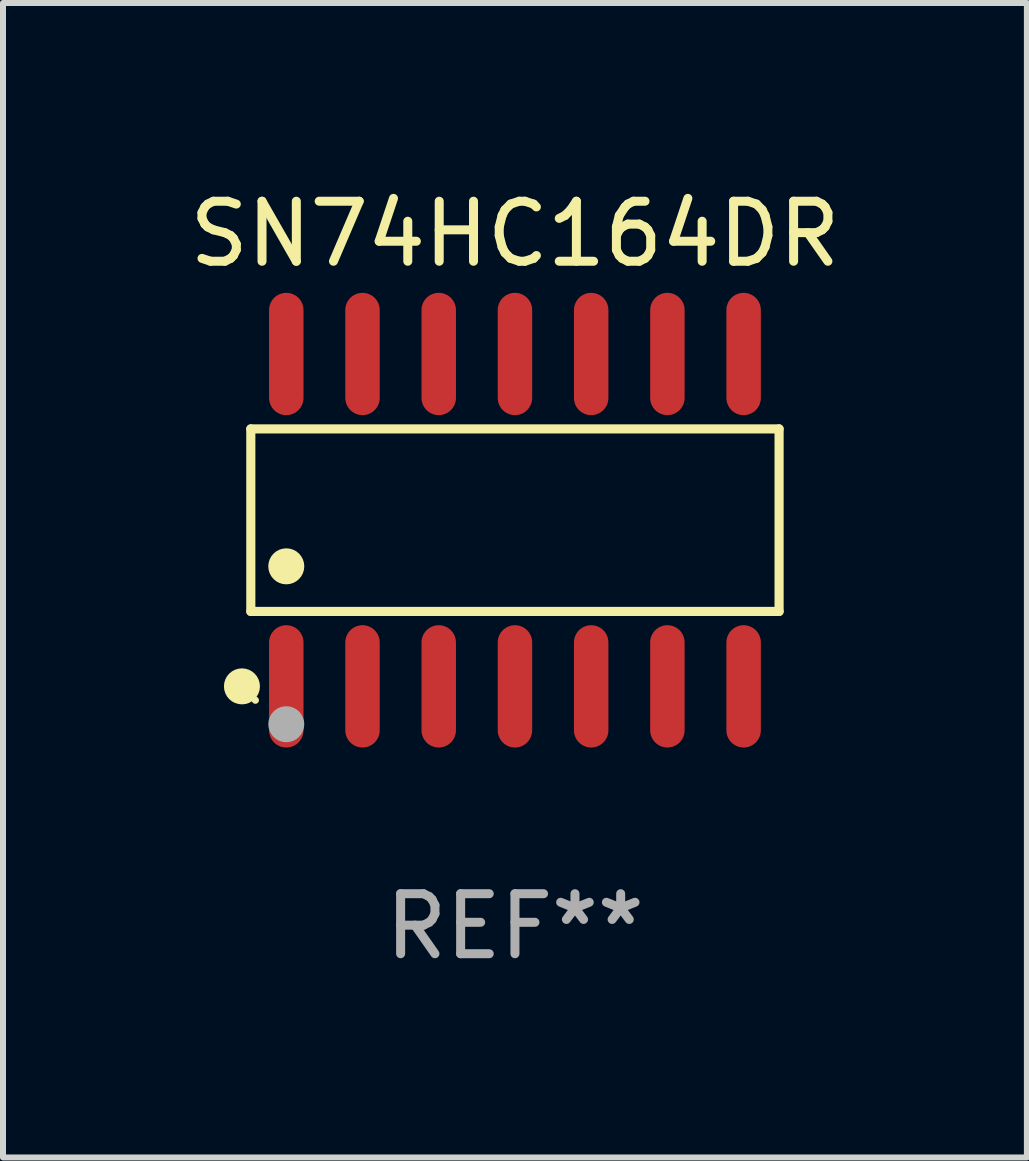
<source format=kicad_pcb>
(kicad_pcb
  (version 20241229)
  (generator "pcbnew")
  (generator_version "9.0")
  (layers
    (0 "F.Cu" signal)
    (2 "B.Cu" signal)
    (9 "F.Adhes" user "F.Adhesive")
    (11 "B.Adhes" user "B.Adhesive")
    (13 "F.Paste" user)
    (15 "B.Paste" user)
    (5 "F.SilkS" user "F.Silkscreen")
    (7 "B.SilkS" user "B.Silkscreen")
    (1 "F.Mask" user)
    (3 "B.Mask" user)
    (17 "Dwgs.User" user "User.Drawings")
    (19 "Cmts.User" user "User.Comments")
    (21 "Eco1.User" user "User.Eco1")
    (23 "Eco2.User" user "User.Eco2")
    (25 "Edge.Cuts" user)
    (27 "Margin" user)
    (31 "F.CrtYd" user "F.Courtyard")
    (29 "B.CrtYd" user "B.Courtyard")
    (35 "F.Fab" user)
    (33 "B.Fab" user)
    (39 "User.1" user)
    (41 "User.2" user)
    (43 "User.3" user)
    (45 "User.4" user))
  (footprint "SN74HC164DR"
    (layer "F.Cu")
    (at 5.53 5.617)
    (property "Reference" "SN74HC164DR" (at 0 -4.769 0) (layer "F.SilkS") (effects (font (size 1 1) (thickness 0.15))))
    (attr through_hole)
    (fp_line (start -4.401 -1.521) (end 4.401 -1.521) (stroke (width 0.152) (type solid)) (layer "F.SilkS"))
    (fp_line (start -4.401 1.521) (end -4.401 -1.521) (stroke (width 0.152) (type solid)) (layer "F.SilkS"))
    (fp_line (start 4.401 -1.521) (end 4.401 1.521) (stroke (width 0.152) (type solid)) (layer "F.SilkS"))
    (fp_line (start 4.401 1.521) (end -4.401 1.521) (stroke (width 0.152) (type solid)) (layer "F.SilkS"))
    (fp_circle (center -4.549 2.769) (end -4.399 2.769) (stroke (width 0.3) (type solid)) (fill no) (layer "F.SilkS"))
    (fp_circle (center -4.325 3) (end -4.295 3) (stroke (width 0.06) (type solid)) (fill no) (layer "F.SilkS"))
    (fp_circle (center -3.81 0.769) (end -3.66 0.769) (stroke (width 0.3) (type solid)) (fill no) (layer "F.SilkS"))
    (fp_circle (center -3.81 3.4) (end -3.66 3.4) (stroke (width 0.3) (type solid)) (fill no) (layer "F.Fab"))
    (fp_text user "REF**" (at 0 6.769 0) (layer "F.Fab") (effects (font (size 1 1) (thickness 0.15))))
    (pad "1" smd oval (at -3.81 2.769) (size 0.574 2.038) (layers "F.Cu" "F.Mask" "F.Paste"))
    (pad "2" smd oval (at -2.54 2.769) (size 0.574 2.038) (layers "F.Cu" "F.Mask" "F.Paste"))
    (pad "3" smd oval (at -1.27 2.769) (size 0.574 2.038) (layers "F.Cu" "F.Mask" "F.Paste"))
    (pad "4" smd oval (at 0 2.769) (size 0.574 2.038) (layers "F.Cu" "F.Mask" "F.Paste"))
    (pad "5" smd oval (at 1.27 2.769) (size 0.574 2.038) (layers "F.Cu" "F.Mask" "F.Paste"))
    (pad "6" smd oval (at 2.54 2.769) (size 0.574 2.038) (layers "F.Cu" "F.Mask" "F.Paste"))
    (pad "7" smd oval (at 3.81 2.769) (size 0.574 2.038) (layers "F.Cu" "F.Mask" "F.Paste"))
    (pad "8" smd oval (at 3.81 -2.769) (size 0.574 2.038) (layers "F.Cu" "F.Mask" "F.Paste"))
    (pad "9" smd oval (at 2.54 -2.769) (size 0.574 2.038) (layers "F.Cu" "F.Mask" "F.Paste"))
    (pad "10" smd oval (at 1.27 -2.769) (size 0.574 2.038) (layers "F.Cu" "F.Mask" "F.Paste"))
    (pad "11" smd oval (at 0 -2.769) (size 0.574 2.038) (layers "F.Cu" "F.Mask" "F.Paste"))
    (pad "12" smd oval (at -1.27 -2.769) (size 0.574 2.038) (layers "F.Cu" "F.Mask" "F.Paste"))
    (pad "13" smd oval (at -2.54 -2.769) (size 0.574 2.038) (layers "F.Cu" "F.Mask" "F.Paste"))
    (pad "14" smd oval (at -3.81 -2.769) (size 0.574 2.038) (layers "F.Cu" "F.Mask" "F.Paste")))
  (gr_rect
    (start -3 -3)
    (end 14.06 16.235)
    (stroke (width 0.1) (type default))
    (fill no)
    (layer "Edge.Cuts")))
</source>
